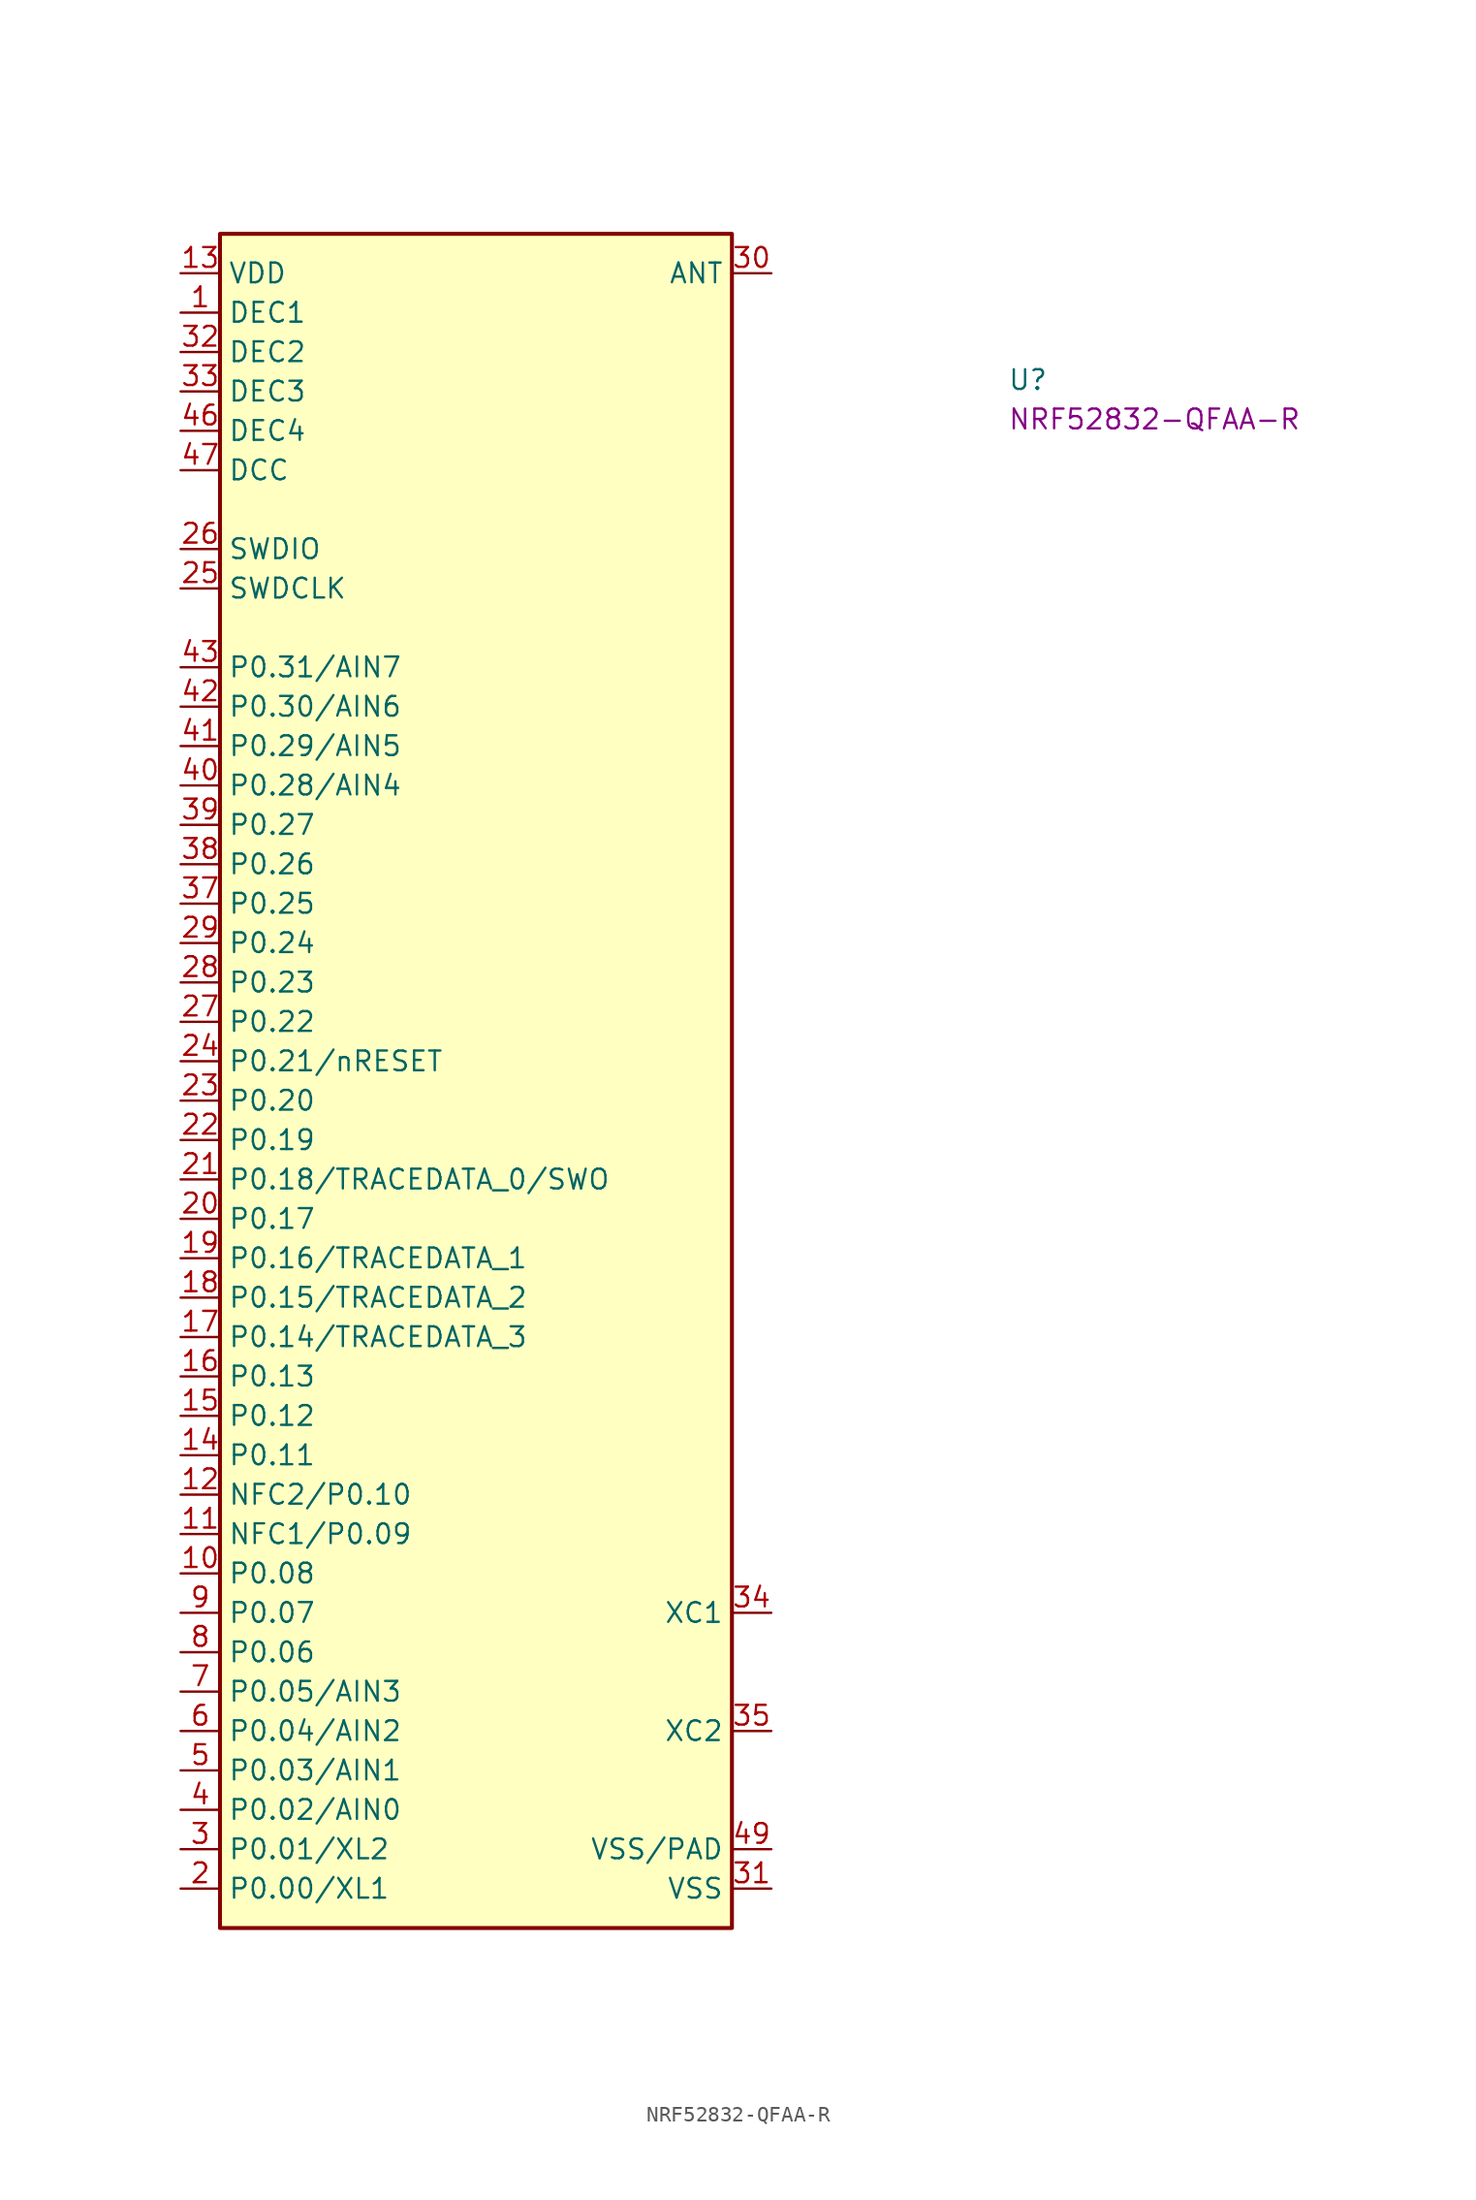
<source format=kicad_sym>
(kicad_symbol_lib
  (version 20231120)
  (generator "kicad_symbol_editor")
  (generator_version "8.0")
  (symbol "NRF52832-QFAA-R"
    (property "Reference" "U"
      (at 53.34 -7.62 0)
      (effects (font (size 1.27 1.27) (thickness 0.15)) (justify left bottom)))
    (property "MPN" "NRF52832-QFAA-R"
      (at 53.34 -10.16 0)
      (effects (font (size 1.27 1.27) (thickness 0.15)) (justify left bottom)))
    (symbol "NRF52832-QFAA-R_1_1"
      (rectangle (start 2.54 2.54) (end 35.56 -106.68) (stroke (width 0.254) (type default)) (fill (type background)))
      (pin power_in line (at 0 -2.54 0) (length 2.54) (name "DEC1" (effects (font (size 1.27 1.27)))) (number "1" (effects (font (size 1.27 1.27)))))
      (pin bidirectional line (at 0 -83.82 0) (length 2.54) (name "P0.08" (effects (font (size 1.27 1.27)))) (number "10" (effects (font (size 1.27 1.27)))))
      (pin bidirectional line (at 0 -81.28 0) (length 2.54) (name "NFC1/P0.09" (effects (font (size 1.27 1.27)))) (number "11" (effects (font (size 1.27 1.27)))))
      (pin bidirectional line (at 0 -78.74 0) (length 2.54) (name "NFC2/P0.10" (effects (font (size 1.27 1.27)))) (number "12" (effects (font (size 1.27 1.27)))))
      (pin power_in line (at 0 0 0) (length 2.54) (name "VDD" (effects (font (size 1.27 1.27)))) (number "13" (effects (font (size 1.27 1.27)))))
      (pin bidirectional line (at 0 -76.2 0) (length 2.54) (name "P0.11" (effects (font (size 1.27 1.27)))) (number "14" (effects (font (size 1.27 1.27)))))
      (pin bidirectional line (at 0 -73.66 0) (length 2.54) (name "P0.12" (effects (font (size 1.27 1.27)))) (number "15" (effects (font (size 1.27 1.27)))))
      (pin bidirectional line (at 0 -71.12 0) (length 2.54) (name "P0.13" (effects (font (size 1.27 1.27)))) (number "16" (effects (font (size 1.27 1.27)))))
      (pin bidirectional line (at 0 -68.58 0) (length 2.54) (name "P0.14/TRACEDATA_3" (effects (font (size 1.27 1.27)))) (number "17" (effects (font (size 1.27 1.27)))))
      (pin bidirectional line (at 0 -66.04 0) (length 2.54) (name "P0.15/TRACEDATA_2" (effects (font (size 1.27 1.27)))) (number "18" (effects (font (size 1.27 1.27)))))
      (pin bidirectional line (at 0 -63.5 0) (length 2.54) (name "P0.16/TRACEDATA_1" (effects (font (size 1.27 1.27)))) (number "19" (effects (font (size 1.27 1.27)))))
      (pin bidirectional line (at 0 -104.14 0) (length 2.54) (name "P0.00/XL1" (effects (font (size 1.27 1.27)))) (number "2" (effects (font (size 1.27 1.27)))))
      (pin bidirectional line (at 0 -60.96 0) (length 2.54) (name "P0.17" (effects (font (size 1.27 1.27)))) (number "20" (effects (font (size 1.27 1.27)))))
      (pin bidirectional line (at 0 -58.42 0) (length 2.54) (name "P0.18/TRACEDATA_0/SWO" (effects (font (size 1.27 1.27)))) (number "21" (effects (font (size 1.27 1.27)))))
      (pin bidirectional line (at 0 -55.88 0) (length 2.54) (name "P0.19" (effects (font (size 1.27 1.27)))) (number "22" (effects (font (size 1.27 1.27)))))
      (pin bidirectional line (at 0 -53.34 0) (length 2.54) (name "P0.20" (effects (font (size 1.27 1.27)))) (number "23" (effects (font (size 1.27 1.27)))))
      (pin bidirectional line (at 0 -50.8 0) (length 2.54) (name "P0.21/nRESET" (effects (font (size 1.27 1.27)))) (number "24" (effects (font (size 1.27 1.27)))))
      (pin input line (at 0 -20.32 0) (length 2.54) (name "SWDCLK" (effects (font (size 1.27 1.27)))) (number "25" (effects (font (size 1.27 1.27)))))
      (pin bidirectional line (at 0 -17.78 0) (length 2.54) (name "SWDIO" (effects (font (size 1.27 1.27)))) (number "26" (effects (font (size 1.27 1.27)))))
      (pin bidirectional line (at 0 -48.26 0) (length 2.54) (name "P0.22" (effects (font (size 1.27 1.27)))) (number "27" (effects (font (size 1.27 1.27)))))
      (pin bidirectional line (at 0 -45.72 0) (length 2.54) (name "P0.23" (effects (font (size 1.27 1.27)))) (number "28" (effects (font (size 1.27 1.27)))))
      (pin bidirectional line (at 0 -43.18 0) (length 2.54) (name "P0.24" (effects (font (size 1.27 1.27)))) (number "29" (effects (font (size 1.27 1.27)))))
      (pin bidirectional line (at 0 -101.6 0) (length 2.54) (name "P0.01/XL2" (effects (font (size 1.27 1.27)))) (number "3" (effects (font (size 1.27 1.27)))))
      (pin bidirectional line (at 38.1 0 180) (length 2.54) (name "ANT" (effects (font (size 1.27 1.27)))) (number "30" (effects (font (size 1.27 1.27)))))
      (pin power_in line (at 38.1 -104.14 180) (length 2.54) (name "VSS" (effects (font (size 1.27 1.27)))) (number "31" (effects (font (size 1.27 1.27)))))
      (pin power_in line (at 0 -5.08 0) (length 2.54) (name "DEC2" (effects (font (size 1.27 1.27)))) (number "32" (effects (font (size 1.27 1.27)))))
      (pin power_in line (at 0 -7.62 0) (length 2.54) (name "DEC3" (effects (font (size 1.27 1.27)))) (number "33" (effects (font (size 1.27 1.27)))))
      (pin input line (at 38.1 -86.36 180) (length 2.54) (name "XC1" (effects (font (size 1.27 1.27)))) (number "34" (effects (font (size 1.27 1.27)))))
      (pin input line (at 38.1 -93.98 180) (length 2.54) (name "XC2" (effects (font (size 1.27 1.27)))) (number "35" (effects (font (size 1.27 1.27)))))
      (pin passive line (at 0 0 0) (length 2.54) hide (name "VDD" (effects (font (size 1.27 1.27)))) (number "36" (effects (font (size 1.27 1.27)))))
      (pin bidirectional line (at 0 -40.64 0) (length 2.54) (name "P0.25" (effects (font (size 1.27 1.27)))) (number "37" (effects (font (size 1.27 1.27)))))
      (pin bidirectional line (at 0 -38.1 0) (length 2.54) (name "P0.26" (effects (font (size 1.27 1.27)))) (number "38" (effects (font (size 1.27 1.27)))))
      (pin bidirectional line (at 0 -35.56 0) (length 2.54) (name "P0.27" (effects (font (size 1.27 1.27)))) (number "39" (effects (font (size 1.27 1.27)))))
      (pin bidirectional line (at 0 -99.06 0) (length 2.54) (name "P0.02/AIN0" (effects (font (size 1.27 1.27)))) (number "4" (effects (font (size 1.27 1.27)))))
      (pin bidirectional line (at 0 -33.02 0) (length 2.54) (name "P0.28/AIN4" (effects (font (size 1.27 1.27)))) (number "40" (effects (font (size 1.27 1.27)))))
      (pin bidirectional line (at 0 -30.48 0) (length 2.54) (name "P0.29/AIN5" (effects (font (size 1.27 1.27)))) (number "41" (effects (font (size 1.27 1.27)))))
      (pin bidirectional line (at 0 -27.94 0) (length 2.54) (name "P0.30/AIN6" (effects (font (size 1.27 1.27)))) (number "42" (effects (font (size 1.27 1.27)))))
      (pin bidirectional line (at 0 -25.4 0) (length 2.54) (name "P0.31/AIN7" (effects (font (size 1.27 1.27)))) (number "43" (effects (font (size 1.27 1.27)))))
      (pin no_connect line (at 35.56 -83.82 180) (length 2.54) hide (name "NC" (effects (font (size 1.27 1.27)))) (number "44" (effects (font (size 1.27 1.27)))))
      (pin passive line (at 38.1 -104.14 180) (length 2.54) hide (name "VSS" (effects (font (size 1.27 1.27)))) (number "45" (effects (font (size 1.27 1.27)))))
      (pin power_in line (at 0 -10.16 0) (length 2.54) (name "DEC4" (effects (font (size 1.27 1.27)))) (number "46" (effects (font (size 1.27 1.27)))))
      (pin power_out line (at 0 -12.7 0) (length 2.54) (name "DCC" (effects (font (size 1.27 1.27)))) (number "47" (effects (font (size 1.27 1.27)))))
      (pin passive line (at 0 0 0) (length 2.54) hide (name "VDD" (effects (font (size 1.27 1.27)))) (number "48" (effects (font (size 1.27 1.27)))))
      (pin power_in line (at 38.1 -101.6 180) (length 2.54) (name "VSS/PAD" (effects (font (size 1.27 1.27)))) (number "49" (effects (font (size 1.27 1.27)))))
      (pin bidirectional line (at 0 -96.52 0) (length 2.54) (name "P0.03/AIN1" (effects (font (size 1.27 1.27)))) (number "5" (effects (font (size 1.27 1.27)))))
      (pin bidirectional line (at 0 -93.98 0) (length 2.54) (name "P0.04/AIN2" (effects (font (size 1.27 1.27)))) (number "6" (effects (font (size 1.27 1.27)))))
      (pin bidirectional line (at 0 -91.44 0) (length 2.54) (name "P0.05/AIN3" (effects (font (size 1.27 1.27)))) (number "7" (effects (font (size 1.27 1.27)))))
      (pin bidirectional line (at 0 -88.9 0) (length 2.54) (name "P0.06" (effects (font (size 1.27 1.27)))) (number "8" (effects (font (size 1.27 1.27)))))
      (pin bidirectional line (at 0 -86.36 0) (length 2.54) (name "P0.07" (effects (font (size 1.27 1.27)))) (number "9" (effects (font (size 1.27 1.27))))))))
</source>
